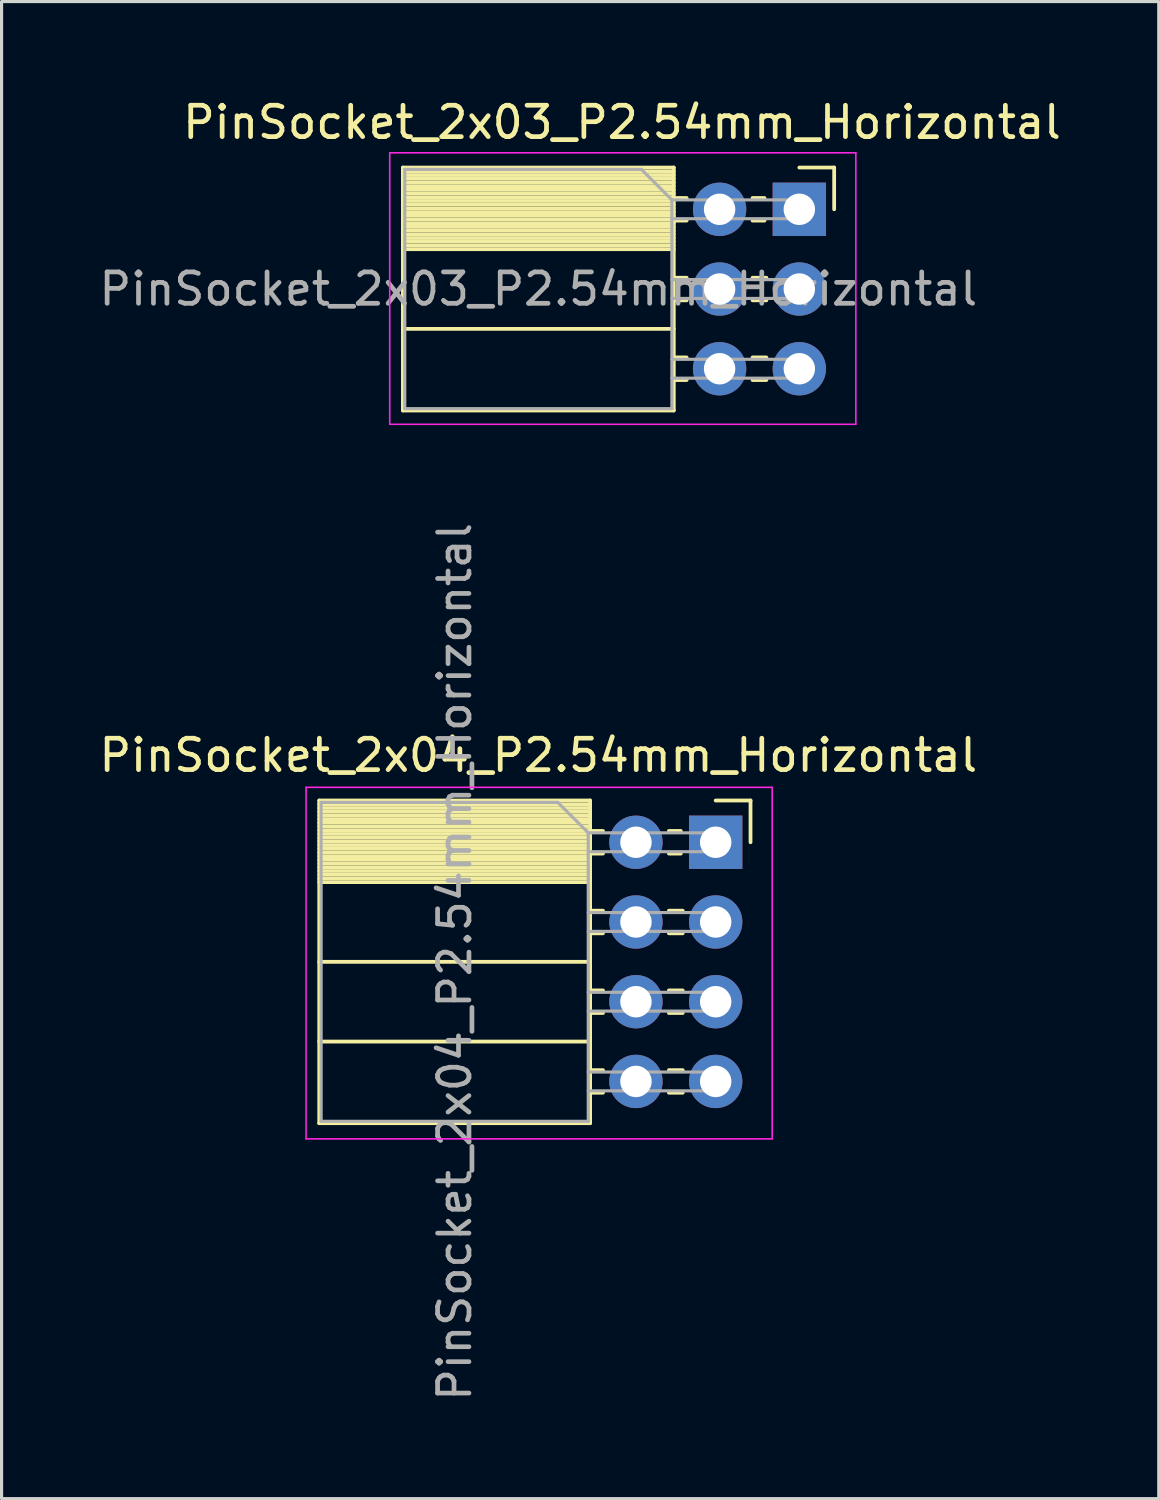
<source format=kicad_pcb>
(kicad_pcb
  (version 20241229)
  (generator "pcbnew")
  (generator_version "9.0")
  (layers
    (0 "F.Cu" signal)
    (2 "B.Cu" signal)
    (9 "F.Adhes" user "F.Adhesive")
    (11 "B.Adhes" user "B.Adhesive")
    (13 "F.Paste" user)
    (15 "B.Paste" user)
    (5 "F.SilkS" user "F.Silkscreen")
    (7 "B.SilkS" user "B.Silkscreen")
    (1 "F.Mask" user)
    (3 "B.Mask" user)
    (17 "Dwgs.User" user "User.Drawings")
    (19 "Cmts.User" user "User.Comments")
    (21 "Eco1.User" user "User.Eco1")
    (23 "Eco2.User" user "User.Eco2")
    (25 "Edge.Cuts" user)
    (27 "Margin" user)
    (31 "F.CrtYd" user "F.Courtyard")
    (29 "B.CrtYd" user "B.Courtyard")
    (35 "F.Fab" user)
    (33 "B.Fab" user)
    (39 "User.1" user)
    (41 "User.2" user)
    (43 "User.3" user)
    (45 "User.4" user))
  (footprint "PinSocket_2x03_P2.54mm_Horizontal"
    (layer "F.Cu")
    (at 22.416 3.618)
    (property "Reference" "PinSocket_2x03_P2.54mm_Horizontal" (at -5.65 -2.77 0) (layer "F.SilkS") (effects (font (size 1 1) (thickness 0.15))))
    (attr through_hole)
    (fp_line (start -12.63 -1.33) (end -12.63 6.41) (stroke (width 0.12) (type solid)) (layer "F.SilkS"))
    (fp_line (start -12.63 -1.33) (end -4 -1.33) (stroke (width 0.12) (type solid)) (layer "F.SilkS"))
    (fp_line (start -12.63 -1.21) (end -4 -1.21) (stroke (width 0.12) (type solid)) (layer "F.SilkS"))
    (fp_line (start -12.63 -1.092) (end -4 -1.092) (stroke (width 0.12) (type solid)) (layer "F.SilkS"))
    (fp_line (start -12.63 -0.974) (end -4 -0.974) (stroke (width 0.12) (type solid)) (layer "F.SilkS"))
    (fp_line (start -12.63 -0.856) (end -4 -0.856) (stroke (width 0.12) (type solid)) (layer "F.SilkS"))
    (fp_line (start -12.63 -0.738) (end -4 -0.738) (stroke (width 0.12) (type solid)) (layer "F.SilkS"))
    (fp_line (start -12.63 -0.62) (end -4 -0.62) (stroke (width 0.12) (type solid)) (layer "F.SilkS"))
    (fp_line (start -12.63 -0.501) (end -4 -0.501) (stroke (width 0.12) (type solid)) (layer "F.SilkS"))
    (fp_line (start -12.63 -0.383) (end -4 -0.383) (stroke (width 0.12) (type solid)) (layer "F.SilkS"))
    (fp_line (start -12.63 -0.265) (end -4 -0.265) (stroke (width 0.12) (type solid)) (layer "F.SilkS"))
    (fp_line (start -12.63 -0.147) (end -4 -0.147) (stroke (width 0.12) (type solid)) (layer "F.SilkS"))
    (fp_line (start -12.63 -0.029) (end -4 -0.029) (stroke (width 0.12) (type solid)) (layer "F.SilkS"))
    (fp_line (start -12.63 0.089) (end -4 0.089) (stroke (width 0.12) (type solid)) (layer "F.SilkS"))
    (fp_line (start -12.63 0.207) (end -4 0.207) (stroke (width 0.12) (type solid)) (layer "F.SilkS"))
    (fp_line (start -12.63 0.325) (end -4 0.325) (stroke (width 0.12) (type solid)) (layer "F.SilkS"))
    (fp_line (start -12.63 0.443) (end -4 0.443) (stroke (width 0.12) (type solid)) (layer "F.SilkS"))
    (fp_line (start -12.63 0.561) (end -4 0.561) (stroke (width 0.12) (type solid)) (layer "F.SilkS"))
    (fp_line (start -12.63 0.68) (end -4 0.68) (stroke (width 0.12) (type solid)) (layer "F.SilkS"))
    (fp_line (start -12.63 0.798) (end -4 0.798) (stroke (width 0.12) (type solid)) (layer "F.SilkS"))
    (fp_line (start -12.63 0.916) (end -4 0.916) (stroke (width 0.12) (type solid)) (layer "F.SilkS"))
    (fp_line (start -12.63 1.034) (end -4 1.034) (stroke (width 0.12) (type solid)) (layer "F.SilkS"))
    (fp_line (start -12.63 1.152) (end -4 1.152) (stroke (width 0.12) (type solid)) (layer "F.SilkS"))
    (fp_line (start -12.63 1.27) (end -4 1.27) (stroke (width 0.12) (type solid)) (layer "F.SilkS"))
    (fp_line (start -12.63 3.81) (end -4 3.81) (stroke (width 0.12) (type solid)) (layer "F.SilkS"))
    (fp_line (start -12.63 6.41) (end -4 6.41) (stroke (width 0.12) (type solid)) (layer "F.SilkS"))
    (fp_line (start -4 -1.33) (end -4 6.41) (stroke (width 0.12) (type solid)) (layer "F.SilkS"))
    (fp_line (start -4 -0.36) (end -3.59 -0.36) (stroke (width 0.12) (type solid)) (layer "F.SilkS"))
    (fp_line (start -4 0.36) (end -3.59 0.36) (stroke (width 0.12) (type solid)) (layer "F.SilkS"))
    (fp_line (start -4 2.18) (end -3.59 2.18) (stroke (width 0.12) (type solid)) (layer "F.SilkS"))
    (fp_line (start -4 2.9) (end -3.59 2.9) (stroke (width 0.12) (type solid)) (layer "F.SilkS"))
    (fp_line (start -4 4.72) (end -3.59 4.72) (stroke (width 0.12) (type solid)) (layer "F.SilkS"))
    (fp_line (start -4 5.44) (end -3.59 5.44) (stroke (width 0.12) (type solid)) (layer "F.SilkS"))
    (fp_line (start -1.49 -0.36) (end -1.11 -0.36) (stroke (width 0.12) (type solid)) (layer "F.SilkS"))
    (fp_line (start -1.49 0.36) (end -1.11 0.36) (stroke (width 0.12) (type solid)) (layer "F.SilkS"))
    (fp_line (start -1.49 2.18) (end -1.05 2.18) (stroke (width 0.12) (type solid)) (layer "F.SilkS"))
    (fp_line (start -1.49 2.9) (end -1.05 2.9) (stroke (width 0.12) (type solid)) (layer "F.SilkS"))
    (fp_line (start -1.49 4.72) (end -1.05 4.72) (stroke (width 0.12) (type solid)) (layer "F.SilkS"))
    (fp_line (start -1.49 5.44) (end -1.05 5.44) (stroke (width 0.12) (type solid)) (layer "F.SilkS"))
    (fp_line (start 0 -1.33) (end 1.11 -1.33) (stroke (width 0.12) (type solid)) (layer "F.SilkS"))
    (fp_line (start 1.11 -1.33) (end 1.11 0) (stroke (width 0.12) (type solid)) (layer "F.SilkS"))
    (fp_line (start -13.05 -1.8) (end -13.05 6.85) (stroke (width 0.05) (type solid)) (layer "F.CrtYd"))
    (fp_line (start -13.05 6.85) (end 1.8 6.85) (stroke (width 0.05) (type solid)) (layer "F.CrtYd"))
    (fp_line (start 1.8 -1.8) (end -13.05 -1.8) (stroke (width 0.05) (type solid)) (layer "F.CrtYd"))
    (fp_line (start 1.8 6.85) (end 1.8 -1.8) (stroke (width 0.05) (type solid)) (layer "F.CrtYd"))
    (fp_line (start -12.57 -1.27) (end -5.03 -1.27) (stroke (width 0.1) (type solid)) (layer "F.Fab"))
    (fp_line (start -12.57 6.35) (end -12.57 -1.27) (stroke (width 0.1) (type solid)) (layer "F.Fab"))
    (fp_line (start -5.03 -1.27) (end -4.06 -0.3) (stroke (width 0.1) (type solid)) (layer "F.Fab"))
    (fp_line (start -4.06 -0.3) (end -4.06 6.35) (stroke (width 0.1) (type solid)) (layer "F.Fab"))
    (fp_line (start -4.06 0.3) (end 0 0.3) (stroke (width 0.1) (type solid)) (layer "F.Fab"))
    (fp_line (start -4.06 2.84) (end 0 2.84) (stroke (width 0.1) (type solid)) (layer "F.Fab"))
    (fp_line (start -4.06 5.38) (end 0 5.38) (stroke (width 0.1) (type solid)) (layer "F.Fab"))
    (fp_line (start -4.06 6.35) (end -12.57 6.35) (stroke (width 0.1) (type solid)) (layer "F.Fab"))
    (fp_line (start 0 -0.3) (end -4.06 -0.3) (stroke (width 0.1) (type solid)) (layer "F.Fab"))
    (fp_line (start 0 0.3) (end 0 -0.3) (stroke (width 0.1) (type solid)) (layer "F.Fab"))
    (fp_line (start 0 2.24) (end -4.06 2.24) (stroke (width 0.1) (type solid)) (layer "F.Fab"))
    (fp_line (start 0 2.84) (end 0 2.24) (stroke (width 0.1) (type solid)) (layer "F.Fab"))
    (fp_line (start 0 4.78) (end -4.06 4.78) (stroke (width 0.1) (type solid)) (layer "F.Fab"))
    (fp_line (start 0 5.38) (end 0 4.78) (stroke (width 0.1) (type solid)) (layer "F.Fab"))
    (fp_text user "${REFERENCE}" (at -8.315 2.54 0) (layer "F.Fab") (effects (font (size 1 1) (thickness 0.15))))
    (pad "1" thru_hole rect (at 0 0) (size 1.7 1.7) (drill 1) (layers "*.Cu" "*.Mask"))
    (pad "2" thru_hole oval (at -2.54 0) (size 1.7 1.7) (drill 1) (layers "*.Cu" "*.Mask"))
    (pad "3" thru_hole oval (at 0 2.54) (size 1.7 1.7) (drill 1) (layers "*.Cu" "*.Mask"))
    (pad "4" thru_hole oval (at -2.54 2.54) (size 1.7 1.7) (drill 1) (layers "*.Cu" "*.Mask"))
    (pad "5" thru_hole oval (at 0 5.08) (size 1.7 1.7) (drill 1) (layers "*.Cu" "*.Mask"))
    (pad "6" thru_hole oval (at -2.54 5.08) (size 1.7 1.7) (drill 1) (layers "*.Cu" "*.Mask")))
  (footprint "PinSocket_2x04_P2.54mm_Horizontal"
    (layer "F.Cu")
    (at 19.751 23.784)
    (property "Reference" "PinSocket_2x04_P2.54mm_Horizontal" (at -5.65 -2.77 0) (layer "F.SilkS") (effects (font (size 1 1) (thickness 0.15))))
    (attr through_hole)
    (fp_line (start -12.63 -1.33) (end -12.63 8.95) (stroke (width 0.12) (type solid)) (layer "F.SilkS"))
    (fp_line (start -12.63 -1.33) (end -4 -1.33) (stroke (width 0.12) (type solid)) (layer "F.SilkS"))
    (fp_line (start -12.63 -1.21) (end -4 -1.21) (stroke (width 0.12) (type solid)) (layer "F.SilkS"))
    (fp_line (start -12.63 -1.092) (end -4 -1.092) (stroke (width 0.12) (type solid)) (layer "F.SilkS"))
    (fp_line (start -12.63 -0.974) (end -4 -0.974) (stroke (width 0.12) (type solid)) (layer "F.SilkS"))
    (fp_line (start -12.63 -0.856) (end -4 -0.856) (stroke (width 0.12) (type solid)) (layer "F.SilkS"))
    (fp_line (start -12.63 -0.738) (end -4 -0.738) (stroke (width 0.12) (type solid)) (layer "F.SilkS"))
    (fp_line (start -12.63 -0.62) (end -4 -0.62) (stroke (width 0.12) (type solid)) (layer "F.SilkS"))
    (fp_line (start -12.63 -0.501) (end -4 -0.501) (stroke (width 0.12) (type solid)) (layer "F.SilkS"))
    (fp_line (start -12.63 -0.383) (end -4 -0.383) (stroke (width 0.12) (type solid)) (layer "F.SilkS"))
    (fp_line (start -12.63 -0.265) (end -4 -0.265) (stroke (width 0.12) (type solid)) (layer "F.SilkS"))
    (fp_line (start -12.63 -0.147) (end -4 -0.147) (stroke (width 0.12) (type solid)) (layer "F.SilkS"))
    (fp_line (start -12.63 -0.029) (end -4 -0.029) (stroke (width 0.12) (type solid)) (layer "F.SilkS"))
    (fp_line (start -12.63 0.089) (end -4 0.089) (stroke (width 0.12) (type solid)) (layer "F.SilkS"))
    (fp_line (start -12.63 0.207) (end -4 0.207) (stroke (width 0.12) (type solid)) (layer "F.SilkS"))
    (fp_line (start -12.63 0.325) (end -4 0.325) (stroke (width 0.12) (type solid)) (layer "F.SilkS"))
    (fp_line (start -12.63 0.443) (end -4 0.443) (stroke (width 0.12) (type solid)) (layer "F.SilkS"))
    (fp_line (start -12.63 0.561) (end -4 0.561) (stroke (width 0.12) (type solid)) (layer "F.SilkS"))
    (fp_line (start -12.63 0.68) (end -4 0.68) (stroke (width 0.12) (type solid)) (layer "F.SilkS"))
    (fp_line (start -12.63 0.798) (end -4 0.798) (stroke (width 0.12) (type solid)) (layer "F.SilkS"))
    (fp_line (start -12.63 0.916) (end -4 0.916) (stroke (width 0.12) (type solid)) (layer "F.SilkS"))
    (fp_line (start -12.63 1.034) (end -4 1.034) (stroke (width 0.12) (type solid)) (layer "F.SilkS"))
    (fp_line (start -12.63 1.152) (end -4 1.152) (stroke (width 0.12) (type solid)) (layer "F.SilkS"))
    (fp_line (start -12.63 1.27) (end -4 1.27) (stroke (width 0.12) (type solid)) (layer "F.SilkS"))
    (fp_line (start -12.63 3.81) (end -4 3.81) (stroke (width 0.12) (type solid)) (layer "F.SilkS"))
    (fp_line (start -12.63 6.35) (end -4 6.35) (stroke (width 0.12) (type solid)) (layer "F.SilkS"))
    (fp_line (start -12.63 8.95) (end -4 8.95) (stroke (width 0.12) (type solid)) (layer "F.SilkS"))
    (fp_line (start -4 -1.33) (end -4 8.95) (stroke (width 0.12) (type solid)) (layer "F.SilkS"))
    (fp_line (start -4 -0.36) (end -3.59 -0.36) (stroke (width 0.12) (type solid)) (layer "F.SilkS"))
    (fp_line (start -4 0.36) (end -3.59 0.36) (stroke (width 0.12) (type solid)) (layer "F.SilkS"))
    (fp_line (start -4 2.18) (end -3.59 2.18) (stroke (width 0.12) (type solid)) (layer "F.SilkS"))
    (fp_line (start -4 2.9) (end -3.59 2.9) (stroke (width 0.12) (type solid)) (layer "F.SilkS"))
    (fp_line (start -4 4.72) (end -3.59 4.72) (stroke (width 0.12) (type solid)) (layer "F.SilkS"))
    (fp_line (start -4 5.44) (end -3.59 5.44) (stroke (width 0.12) (type solid)) (layer "F.SilkS"))
    (fp_line (start -4 7.26) (end -3.59 7.26) (stroke (width 0.12) (type solid)) (layer "F.SilkS"))
    (fp_line (start -4 7.98) (end -3.59 7.98) (stroke (width 0.12) (type solid)) (layer "F.SilkS"))
    (fp_line (start -1.49 -0.36) (end -1.11 -0.36) (stroke (width 0.12) (type solid)) (layer "F.SilkS"))
    (fp_line (start -1.49 0.36) (end -1.11 0.36) (stroke (width 0.12) (type solid)) (layer "F.SilkS"))
    (fp_line (start -1.49 2.18) (end -1.05 2.18) (stroke (width 0.12) (type solid)) (layer "F.SilkS"))
    (fp_line (start -1.49 2.9) (end -1.05 2.9) (stroke (width 0.12) (type solid)) (layer "F.SilkS"))
    (fp_line (start -1.49 4.72) (end -1.05 4.72) (stroke (width 0.12) (type solid)) (layer "F.SilkS"))
    (fp_line (start -1.49 5.44) (end -1.05 5.44) (stroke (width 0.12) (type solid)) (layer "F.SilkS"))
    (fp_line (start -1.49 7.26) (end -1.05 7.26) (stroke (width 0.12) (type solid)) (layer "F.SilkS"))
    (fp_line (start -1.49 7.98) (end -1.05 7.98) (stroke (width 0.12) (type solid)) (layer "F.SilkS"))
    (fp_line (start 0 -1.33) (end 1.11 -1.33) (stroke (width 0.12) (type solid)) (layer "F.SilkS"))
    (fp_line (start 1.11 -1.33) (end 1.11 0) (stroke (width 0.12) (type solid)) (layer "F.SilkS"))
    (fp_line (start -13.05 -1.75) (end -13.05 9.45) (stroke (width 0.05) (type solid)) (layer "F.CrtYd"))
    (fp_line (start -13.05 9.45) (end 1.8 9.45) (stroke (width 0.05) (type solid)) (layer "F.CrtYd"))
    (fp_line (start 1.8 -1.75) (end -13.05 -1.75) (stroke (width 0.05) (type solid)) (layer "F.CrtYd"))
    (fp_line (start 1.8 9.45) (end 1.8 -1.75) (stroke (width 0.05) (type solid)) (layer "F.CrtYd"))
    (fp_line (start -12.57 -1.27) (end -5.03 -1.27) (stroke (width 0.1) (type solid)) (layer "F.Fab"))
    (fp_line (start -12.57 8.89) (end -12.57 -1.27) (stroke (width 0.1) (type solid)) (layer "F.Fab"))
    (fp_line (start -5.03 -1.27) (end -4.06 -0.3) (stroke (width 0.1) (type solid)) (layer "F.Fab"))
    (fp_line (start -4.06 -0.3) (end -4.06 8.89) (stroke (width 0.1) (type solid)) (layer "F.Fab"))
    (fp_line (start -4.06 0.3) (end 0 0.3) (stroke (width 0.1) (type solid)) (layer "F.Fab"))
    (fp_line (start -4.06 2.84) (end 0 2.84) (stroke (width 0.1) (type solid)) (layer "F.Fab"))
    (fp_line (start -4.06 5.38) (end 0 5.38) (stroke (width 0.1) (type solid)) (layer "F.Fab"))
    (fp_line (start -4.06 7.92) (end 0 7.92) (stroke (width 0.1) (type solid)) (layer "F.Fab"))
    (fp_line (start -4.06 8.89) (end -12.57 8.89) (stroke (width 0.1) (type solid)) (layer "F.Fab"))
    (fp_line (start 0 -0.3) (end -4.06 -0.3) (stroke (width 0.1) (type solid)) (layer "F.Fab"))
    (fp_line (start 0 0.3) (end 0 -0.3) (stroke (width 0.1) (type solid)) (layer "F.Fab"))
    (fp_line (start 0 2.24) (end -4.06 2.24) (stroke (width 0.1) (type solid)) (layer "F.Fab"))
    (fp_line (start 0 2.84) (end 0 2.24) (stroke (width 0.1) (type solid)) (layer "F.Fab"))
    (fp_line (start 0 4.78) (end -4.06 4.78) (stroke (width 0.1) (type solid)) (layer "F.Fab"))
    (fp_line (start 0 5.38) (end 0 4.78) (stroke (width 0.1) (type solid)) (layer "F.Fab"))
    (fp_line (start 0 7.32) (end -4.06 7.32) (stroke (width 0.1) (type solid)) (layer "F.Fab"))
    (fp_line (start 0 7.92) (end 0 7.32) (stroke (width 0.1) (type solid)) (layer "F.Fab"))
    (fp_text user "${REFERENCE}" (at -8.315 3.81 90) (layer "F.Fab") (effects (font (size 1 1) (thickness 0.15))))
    (pad "1" thru_hole rect (at 0 0) (size 1.7 1.7) (drill 1) (layers "*.Cu" "*.Mask"))
    (pad "2" thru_hole oval (at -2.54 0) (size 1.7 1.7) (drill 1) (layers "*.Cu" "*.Mask"))
    (pad "3" thru_hole oval (at 0 2.54) (size 1.7 1.7) (drill 1) (layers "*.Cu" "*.Mask"))
    (pad "4" thru_hole oval (at -2.54 2.54) (size 1.7 1.7) (drill 1) (layers "*.Cu" "*.Mask"))
    (pad "5" thru_hole oval (at 0 5.08) (size 1.7 1.7) (drill 1) (layers "*.Cu" "*.Mask"))
    (pad "6" thru_hole oval (at -2.54 5.08) (size 1.7 1.7) (drill 1) (layers "*.Cu" "*.Mask"))
    (pad "7" thru_hole oval (at 0 7.62) (size 1.7 1.7) (drill 1) (layers "*.Cu" "*.Mask"))
    (pad "8" thru_hole oval (at -2.54 7.62) (size 1.7 1.7) (drill 1) (layers "*.Cu" "*.Mask")))
  (gr_rect
    (start -3 -3)
    (end 33.867 44.696)
    (stroke (width 0.1) (type default))
    (fill no)
    (layer "Edge.Cuts")))
</source>
